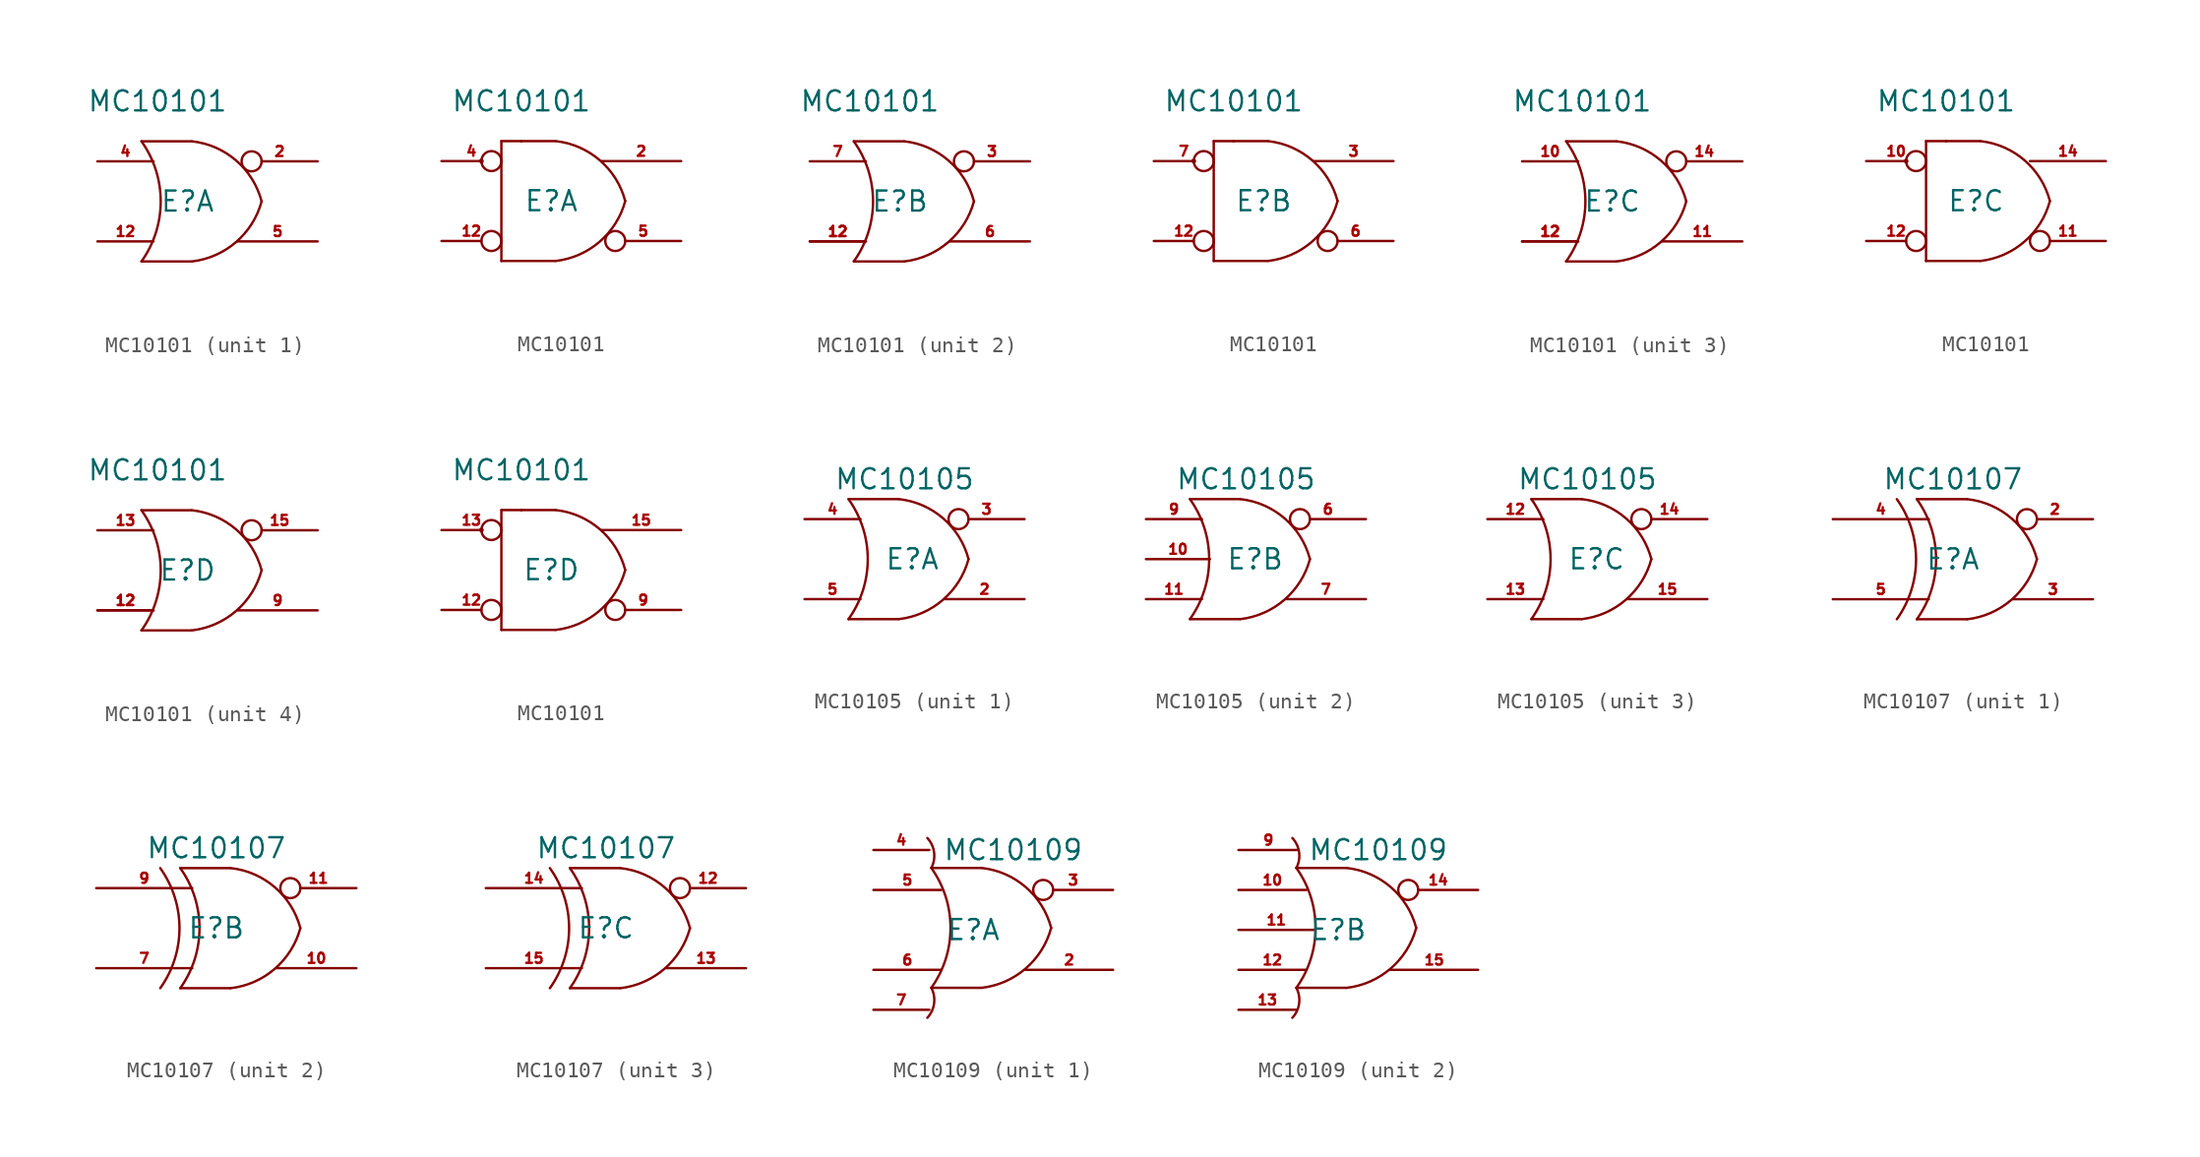
<source format=kicad_sym>
(kicad_symbol_lib
  (version 20211014)
  (generator kicad_symbol_editor)
  (symbol "MC10101"
    (pin_names
      (offset 0) hide)
    (property "Reference" "E"
      (at -4.445 0 0)
      (effects (font (size 1.27 1.27))))
    (property "Value" "MC10101"
      (at -6.35 6.35 0)
      (effects (font (size 1.27 1.27))))
    (symbol "MC10101_0_0"
      (pin power_in line (at -6.35 6.35 270) (length 2.54) hide (name "VCC1" (effects (font (size 0.635 0.635)))) (number "1" (effects (font (size 0.635 0.635)))))
      (pin power_in line (at -1.27 6.35 270) (length 3.556) hide (name "VCC2" (effects (font (size 0.635 0.635)))) (number "16" (effects (font (size 0.635 0.635)))))
      (pin passive line (at -5.08 -6.35 90) (length 2.54) hide (name "VEE" (effects (font (size 0.635 0.635)))) (number "8" (effects (font (size 0.635 0.635))))))
    (symbol "MC10101_0_1"
      (arc (start -7.3662 -3.81) (mid -6.1452 0) (end -7.3662 3.81) (stroke (width 0) (type default) (color 0 0 0 0)) (fill (type none)))
      (arc (start -4.1658 -3.81) (mid -1.3707 -2.584) (end 0.2538 0) (stroke (width 0) (type default) (color 0 0 0 0)) (fill (type none)))
      (polyline (pts (xy -7.366 -3.81) (xy -4.191 -3.81)) (stroke (width 0) (type default) (color 0 0 0 0)) (fill (type none)))
      (polyline (pts (xy -7.366 3.81) (xy -4.191 3.81)) (stroke (width 0) (type default) (color 0 0 0 0)) (fill (type none)))
      (arc (start 0.2538 0) (mid -1.3634 2.5925) (end -4.1658 3.81) (stroke (width 0) (type default) (color 0 0 0 0)) (fill (type none)))
      (pin input line (at -10.16 -2.54 0) (length 3.556) (name "COMin" (effects (font (size 0.635 0.635)))) (number "12" (effects (font (size 0.635 0.635))))))
    (symbol "MC10101_0_2"
      (arc (start -4.1658 -3.81) (mid -1.3707 -2.584) (end 0.2538 0) (stroke (width 0) (type default) (color 0 0 0 0)) (fill (type none)))
      (polyline (pts (xy -7.62 -3.81) (xy -4.191 -3.81)) (stroke (width 0) (type default) (color 0 0 0 0)) (fill (type none)))
      (polyline (pts (xy -7.62 3.81) (xy -7.62 -3.81)) (stroke (width 0) (type default) (color 0 0 0 0)) (fill (type none)))
      (polyline (pts (xy -7.62 3.81) (xy -4.191 3.81)) (stroke (width 0) (type default) (color 0 0 0 0)) (fill (type none)))
      (polyline (pts (xy -6.35 3.81) (xy -6.35 3.81)) (stroke (width 0) (type default) (color 0 0 0 0)) (fill (type none)))
      (polyline (pts (xy -6.35 3.81) (xy -6.35 3.81)) (stroke (width 0) (type default) (color 0 0 0 0)) (fill (type none)))
      (arc (start 0.2538 0) (mid -1.3634 2.5925) (end -4.1658 3.81) (stroke (width 0) (type default) (color 0 0 0 0)) (fill (type none)))
      (pin input inverted (at -11.43 -2.54 0) (length 3.81) (name "COMin" (effects (font (size 0.635 0.635)))) (number "12" (effects (font (size 0.635 0.635))))))
    (symbol "MC10101_1_1"
      (pin output inverted (at 3.81 2.54 180) (length 4.826) (name "~Aout" (effects (font (size 0.635 0.635)))) (number "2" (effects (font (size 0.635 0.635)))))
      (pin input line (at -10.16 2.54 0) (length 3.556) (name "Ain" (effects (font (size 0.635 0.635)))) (number "4" (effects (font (size 0.635 0.635)))))
      (pin output line (at 3.81 -2.54 180) (length 5.08) (name "Aout" (effects (font (size 0.635 0.635)))) (number "5" (effects (font (size 0.635 0.635))))))
    (symbol "MC10101_1_2"
      (circle (center -8.89 2.54) (radius 0.0001) (stroke (width 0) (type default) (color 0 0 0 0)) (fill (type none)))
      (pin output line (at 3.81 2.54 180) (length 5.08) (name "~Aout" (effects (font (size 0.635 0.635)))) (number "2" (effects (font (size 0.635 0.635)))))
      (pin input inverted (at -11.43 2.54 0) (length 3.81) (name "Ain" (effects (font (size 0.635 0.635)))) (number "4" (effects (font (size 0.635 0.635)))))
      (pin output inverted (at 3.81 -2.54 180) (length 4.826) (name "Aout" (effects (font (size 0.635 0.635)))) (number "5" (effects (font (size 0.635 0.635))))))
    (symbol "MC10101_2_1"
      (pin input line (at -10.16 -2.54 0) (length 3.556) (name "COMin" (effects (font (size 0.635 0.635)))) (number "12" (effects (font (size 0.635 0.635)))))
      (pin output inverted (at 3.81 2.54 180) (length 4.826) (name "~Bout" (effects (font (size 0.635 0.635)))) (number "3" (effects (font (size 0.635 0.635)))))
      (pin output line (at 3.81 -2.54 180) (length 5.08) (name "Bout" (effects (font (size 0.635 0.635)))) (number "6" (effects (font (size 0.635 0.635)))))
      (pin input line (at -10.16 2.54 0) (length 3.556) (name "Bin" (effects (font (size 0.635 0.635)))) (number "7" (effects (font (size 0.635 0.635))))))
    (symbol "MC10101_2_2"
      (circle (center -8.89 2.54) (radius 0.0001) (stroke (width 0) (type default) (color 0 0 0 0)) (fill (type none)))
      (pin output line (at 3.81 2.54 180) (length 5.08) (name "~Bout" (effects (font (size 0.635 0.635)))) (number "3" (effects (font (size 0.635 0.635)))))
      (pin output inverted (at 3.81 -2.54 180) (length 4.826) (name "Bout" (effects (font (size 0.635 0.635)))) (number "6" (effects (font (size 0.635 0.635)))))
      (pin input inverted (at -11.43 2.54 0) (length 3.81) (name "Bin" (effects (font (size 0.635 0.635)))) (number "7" (effects (font (size 0.635 0.635))))))
    (symbol "MC10101_3_1"
      (pin input line (at -10.16 2.54 0) (length 3.556) (name "Cin" (effects (font (size 0.635 0.635)))) (number "10" (effects (font (size 0.635 0.635)))))
      (pin output line (at 3.81 -2.54 180) (length 5.08) (name "Cout" (effects (font (size 0.635 0.635)))) (number "11" (effects (font (size 0.635 0.635)))))
      (pin input line (at -10.16 -2.54 0) (length 3.556) (name "COMin" (effects (font (size 0.635 0.635)))) (number "12" (effects (font (size 0.635 0.635)))))
      (pin output inverted (at 3.81 2.54 180) (length 4.826) (name "~Cout" (effects (font (size 0.635 0.635)))) (number "14" (effects (font (size 0.635 0.635))))))
    (symbol "MC10101_3_2"
      (circle (center -8.89 2.54) (radius 0.0001) (stroke (width 0) (type default) (color 0 0 0 0)) (fill (type none)))
      (pin input inverted (at -11.43 2.54 0) (length 3.81) (name "Cin" (effects (font (size 0.635 0.635)))) (number "10" (effects (font (size 0.635 0.635)))))
      (pin output inverted (at 3.81 -2.54 180) (length 4.826) (name "Cout" (effects (font (size 0.635 0.635)))) (number "11" (effects (font (size 0.635 0.635)))))
      (pin output line (at 3.81 2.54 180) (length 4.826) (name "~Cout" (effects (font (size 0.635 0.635)))) (number "14" (effects (font (size 0.635 0.635))))))
    (symbol "MC10101_4_1"
      (pin input line (at -10.16 -2.54 0) (length 3.556) (name "COMin" (effects (font (size 0.635 0.635)))) (number "12" (effects (font (size 0.635 0.635)))))
      (pin input line (at -10.16 2.54 0) (length 3.556) (name "Din" (effects (font (size 0.635 0.635)))) (number "13" (effects (font (size 0.635 0.635)))))
      (pin output inverted (at 3.81 2.54 180) (length 4.826) (name "~Dout" (effects (font (size 0.635 0.635)))) (number "15" (effects (font (size 0.635 0.635)))))
      (pin output line (at 3.81 -2.54 180) (length 5.08) (name "Dout" (effects (font (size 0.635 0.635)))) (number "9" (effects (font (size 0.635 0.635))))))
    (symbol "MC10101_4_2"
      (circle (center -8.89 2.54) (radius 0.0001) (stroke (width 0) (type default) (color 0 0 0 0)) (fill (type none)))
      (pin input inverted (at -11.43 2.54 0) (length 3.81) (name "Din" (effects (font (size 0.635 0.635)))) (number "13" (effects (font (size 0.635 0.635)))))
      (pin output line (at 3.81 2.54 180) (length 5.08) (name "~Dout" (effects (font (size 0.635 0.635)))) (number "15" (effects (font (size 0.635 0.635)))))
      (pin output inverted (at 3.81 -2.54 180) (length 4.826) (name "Dout" (effects (font (size 0.635 0.635)))) (number "9" (effects (font (size 0.635 0.635)))))))
  (symbol "MC10105"
    (pin_names hide)
    (property "Reference" "E"
      (at -1.27 -5.08 0)
      (effects (font (size 1.27 1.27)) (justify left)))
    (property "Value" "MC10105"
      (at 0 0 0)
      (effects (font (size 1.27 1.27))))
    (symbol "MC10105_0_0"
      (pin power_in line (at -2.54 1.27 270) (length 2.54) hide (name "VCC1" (effects (font (size 0.635 0.635)))) (number "1" (effects (font (size 0.635 0.635)))))
      (pin power_in line (at 2.54 1.27 270) (length 3.556) hide (name "VCC2" (effects (font (size 0.635 0.635)))) (number "16" (effects (font (size 0.635 0.635)))))
      (pin passive line (at -1.27 -11.43 90) (length 2.54) hide (name "VEE" (effects (font (size 0.635 0.635)))) (number "8" (effects (font (size 0.635 0.635))))))
    (symbol "MC10105_0_1"
      (arc (start -3.5562 -8.89) (mid -2.3352 -5.08) (end -3.5562 -1.27) (stroke (width 0) (type default) (color 0 0 0 0)) (fill (type none)))
      (arc (start -0.3558 -8.89) (mid 2.4393 -7.664) (end 4.0638 -5.08) (stroke (width 0) (type default) (color 0 0 0 0)) (fill (type none)))
      (polyline (pts (xy -3.556 -8.89) (xy -0.381 -8.89)) (stroke (width 0) (type default) (color 0 0 0 0)) (fill (type none)))
      (polyline (pts (xy -3.556 -1.27) (xy -0.381 -1.27)) (stroke (width 0) (type default) (color 0 0 0 0)) (fill (type none)))
      (arc (start 4.0638 -5.08) (mid 2.4466 -2.4875) (end -0.3558 -1.27) (stroke (width 0) (type default) (color 0 0 0 0)) (fill (type none))))
    (symbol "MC10105_1_1"
      (pin output line (at 7.62 -7.62 180) (length 5.08) (name "Aout" (effects (font (size 0.635 0.635)))) (number "2" (effects (font (size 0.635 0.635)))))
      (pin output inverted (at 7.62 -2.54 180) (length 4.826) (name "~Aout" (effects (font (size 0.635 0.635)))) (number "3" (effects (font (size 0.635 0.635)))))
      (pin input line (at -6.35 -2.54 0) (length 3.556) (name "Ain1" (effects (font (size 0.635 0.635)))) (number "4" (effects (font (size 0.635 0.635)))))
      (pin input line (at -6.35 -7.62 0) (length 3.556) (name "Ain2" (effects (font (size 0.635 0.635)))) (number "5" (effects (font (size 0.635 0.635))))))
    (symbol "MC10105_2_1"
      (pin input line (at -6.35 -5.08 0) (length 4.064) (name "Bin2" (effects (font (size 0.635 0.635)))) (number "10" (effects (font (size 0.635 0.635)))))
      (pin input line (at -6.35 -7.62 0) (length 3.556) (name "Bin3" (effects (font (size 0.635 0.635)))) (number "11" (effects (font (size 0.635 0.635)))))
      (pin output inverted (at 7.62 -2.54 180) (length 4.826) (name "~Bout" (effects (font (size 0.635 0.635)))) (number "6" (effects (font (size 0.635 0.635)))))
      (pin output line (at 7.62 -7.62 180) (length 5.08) (name "Bout" (effects (font (size 0.635 0.635)))) (number "7" (effects (font (size 0.635 0.635)))))
      (pin input line (at -6.35 -2.54 0) (length 3.556) (name "Bin1" (effects (font (size 0.635 0.635)))) (number "9" (effects (font (size 0.635 0.635))))))
    (symbol "MC10105_3_1"
      (pin input line (at -6.35 -2.54 0) (length 3.556) (name "Cin1" (effects (font (size 0.635 0.635)))) (number "12" (effects (font (size 0.635 0.635)))))
      (pin input line (at -6.35 -7.62 0) (length 3.556) (name "Cin2" (effects (font (size 0.635 0.635)))) (number "13" (effects (font (size 0.635 0.635)))))
      (pin output inverted (at 7.62 -2.54 180) (length 4.826) (name "~Cout" (effects (font (size 0.635 0.635)))) (number "14" (effects (font (size 0.635 0.635)))))
      (pin output line (at 7.62 -7.62 180) (length 5.08) (name "Cout" (effects (font (size 0.635 0.635)))) (number "15" (effects (font (size 0.635 0.635)))))))
  (symbol "MC10107"
    (pin_names hide)
    (property "Reference" "E"
      (at 0 -5.08 0)
      (effects (font (size 1.27 1.27))))
    (property "Value" "MC10107"
      (at 0 0 0)
      (effects (font (size 1.27 1.27))))
    (property "ki_locked" ""
      (at 0 0 0)
      (effects (font (size 1.27 1.27))))
    (symbol "MC10107_0_0"
      (pin power_in line (at -1.27 1.27 270) (length 2.54) hide (name "VCC1" (effects (font (size 0.635 0.635)))) (number "1" (effects (font (size 0.635 0.635)))))
      (pin power_in line (at 3.81 1.27 270) (length 3.556) hide (name "VCC2" (effects (font (size 0.635 0.635)))) (number "16" (effects (font (size 0.635 0.635)))))
      (pin passive line (at 0 -11.43 90) (length 2.54) hide (name "VEE" (effects (font (size 0.635 0.635)))) (number "8" (effects (font (size 0.635 0.635))))))
    (symbol "MC10107_0_1"
      (arc (start -3.5562 -8.89) (mid -2.3352 -5.08) (end -3.5562 -1.27) (stroke (width 0) (type default) (color 0 0 0 0)) (fill (type none)))
      (arc (start -2.2862 -8.89) (mid -1.0652 -5.08) (end -2.2862 -1.27) (stroke (width 0) (type default) (color 0 0 0 0)) (fill (type none)))
      (polyline (pts (xy -2.286 -8.89) (xy 0.889 -8.89)) (stroke (width 0) (type default) (color 0 0 0 0)) (fill (type none)))
      (polyline (pts (xy -2.286 -1.27) (xy 0.889 -1.27)) (stroke (width 0) (type default) (color 0 0 0 0)) (fill (type none)))
      (arc (start 0.9142 -8.89) (mid 3.7093 -7.664) (end 5.3338 -5.08) (stroke (width 0) (type default) (color 0 0 0 0)) (fill (type none)))
      (arc (start 5.3338 -5.08) (mid 3.7166 -2.4875) (end 0.9142 -1.27) (stroke (width 0) (type default) (color 0 0 0 0)) (fill (type none))))
    (symbol "MC10107_1_1"
      (pin output inverted (at 8.89 -2.54 180) (length 4.826) (name "~Aout" (effects (font (size 0.635 0.635)))) (number "2" (effects (font (size 0.635 0.635)))))
      (pin output line (at 8.89 -7.62 180) (length 5.08) (name "Aout" (effects (font (size 0.635 0.635)))) (number "3" (effects (font (size 0.635 0.635)))))
      (pin input line (at -7.62 -2.54 0) (length 6.096) (name "Ain1" (effects (font (size 0.635 0.635)))) (number "4" (effects (font (size 0.635 0.635)))))
      (pin input line (at -7.62 -7.62 0) (length 6.096) (name "Ain2" (effects (font (size 0.635 0.635)))) (number "5" (effects (font (size 0.635 0.635))))))
    (symbol "MC10107_2_1"
      (pin output line (at 8.89 -7.62 180) (length 5.08) (name "Bout" (effects (font (size 0.635 0.635)))) (number "10" (effects (font (size 0.635 0.635)))))
      (pin output inverted (at 8.89 -2.54 180) (length 4.826) (name "~Bout" (effects (font (size 0.635 0.635)))) (number "11" (effects (font (size 0.635 0.635)))))
      (pin input line (at -7.62 -7.62 0) (length 6.096) (name "Bin2" (effects (font (size 0.635 0.635)))) (number "7" (effects (font (size 0.635 0.635)))))
      (pin input line (at -7.62 -2.54 0) (length 6.096) (name "Bin1" (effects (font (size 0.635 0.635)))) (number "9" (effects (font (size 0.635 0.635))))))
    (symbol "MC10107_3_1"
      (pin output inverted (at 8.89 -2.54 180) (length 4.826) (name "~Cout" (effects (font (size 0.635 0.635)))) (number "12" (effects (font (size 0.635 0.635)))))
      (pin output line (at 8.89 -7.62 180) (length 5.08) (name "Cout" (effects (font (size 0.635 0.635)))) (number "13" (effects (font (size 0.635 0.635)))))
      (pin input line (at -7.62 -2.54 0) (length 6.096) (name "Cin1" (effects (font (size 0.635 0.635)))) (number "14" (effects (font (size 0.635 0.635)))))
      (pin input line (at -7.62 -7.62 0) (length 6.096) (name "Cin2" (effects (font (size 0.635 0.635)))) (number "15" (effects (font (size 0.635 0.635)))))))
  (symbol "MC10109"
    (pin_names hide)
    (property "Reference" "E"
      (at 2.54 3.81 0)
      (effects (font (size 1.27 1.27))))
    (property "Value" "MC10109"
      (at 5.08 8.89 0)
      (effects (font (size 1.27 1.27))))
    (property "ki_locked" ""
      (at 0 0 0)
      (effects (font (size 1.27 1.27))))
    (symbol "MC10109_0_0"
      (pin power_in line (at 0.889 10.287 270) (length 2.54) hide (name "VCC1" (effects (font (size 0.635 0.635)))) (number "1" (effects (font (size 0.635 0.635)))))
      (pin power_in line (at 5.969 10.287 270) (length 3.556) hide (name "VCC2" (effects (font (size 0.635 0.635)))) (number "16" (effects (font (size 0.635 0.635)))))
      (pin passive line (at 2.159 -2.413 90) (length 2.54) hide (name "VEE" (effects (font (size 0.635 0.635)))) (number "8" (effects (font (size 0.635 0.635))))))
    (symbol "MC10109_0_1"
      (arc (start -0.381 -1.778) (mid 0.0502 -0.866) (end -0.1272 0.127) (stroke (width 0) (type default) (color 0 0 0 0)) (fill (type none)))
      (arc (start -0.1272 0.127) (mid 1.0938 3.937) (end -0.1272 7.747) (stroke (width 0) (type default) (color 0 0 0 0)) (fill (type none)))
      (arc (start -0.1272 7.747) (mid 0.0496 8.74) (end -0.381 9.652) (stroke (width 0) (type default) (color 0 0 0 0)) (fill (type none)))
      (polyline (pts (xy -0.127 0.127) (xy 3.048 0.127)) (stroke (width 0) (type default) (color 0 0 0 0)) (fill (type none)))
      (polyline (pts (xy -0.127 7.747) (xy 3.048 7.747)) (stroke (width 0) (type default) (color 0 0 0 0)) (fill (type none)))
      (arc (start 3.0732 0.127) (mid 5.8683 1.353) (end 7.4928 3.937) (stroke (width 0) (type default) (color 0 0 0 0)) (fill (type none)))
      (arc (start 7.4928 3.937) (mid 5.8756 6.5295) (end 3.0732 7.747) (stroke (width 0) (type default) (color 0 0 0 0)) (fill (type none))))
    (symbol "MC10109_1_1"
      (pin output line (at 11.43 1.27 180) (length 5.588) (name "Aout" (effects (font (size 0.635 0.635)))) (number "2" (effects (font (size 0.635 0.635)))))
      (pin output inverted (at 11.43 6.35 180) (length 5.08) (name "~Aout" (effects (font (size 0.635 0.635)))) (number "3" (effects (font (size 0.635 0.635)))))
      (pin input line (at -3.81 8.89 0) (length 3.556) (name "Bin1" (effects (font (size 0.635 0.635)))) (number "4" (effects (font (size 0.635 0.635)))))
      (pin input line (at -3.81 6.35 0) (length 4.318) (name "Bin2" (effects (font (size 0.635 0.635)))) (number "5" (effects (font (size 0.635 0.635)))))
      (pin input line (at -3.81 1.27 0) (length 4.318) (name "Bin3" (effects (font (size 0.635 0.635)))) (number "6" (effects (font (size 0.635 0.635)))))
      (pin input line (at -3.81 -1.27 0) (length 3.556) (name "Bin4" (effects (font (size 0.635 0.635)))) (number "7" (effects (font (size 0.635 0.635))))))
    (symbol "MC10109_2_1"
      (pin input line (at -3.81 6.35 0) (length 4.318) (name "Bin2" (effects (font (size 0.635 0.635)))) (number "10" (effects (font (size 0.635 0.635)))))
      (pin input line (at -3.81 3.81 0) (length 4.826) (name "Bin3" (effects (font (size 0.635 0.635)))) (number "11" (effects (font (size 0.635 0.635)))))
      (pin input line (at -3.81 1.27 0) (length 4.318) (name "Bin4" (effects (font (size 0.635 0.635)))) (number "12" (effects (font (size 0.635 0.635)))))
      (pin input line (at -3.81 -1.27 0) (length 3.683) (name "Bin5" (effects (font (size 0.635 0.635)))) (number "13" (effects (font (size 0.635 0.635)))))
      (pin output inverted (at 11.43 6.35 180) (length 5.08) (name "~Bout" (effects (font (size 0.635 0.635)))) (number "14" (effects (font (size 0.635 0.635)))))
      (pin output line (at 11.43 1.27 180) (length 5.588) (name "Bout" (effects (font (size 0.635 0.635)))) (number "15" (effects (font (size 0.635 0.635)))))
      (pin input line (at -3.81 8.89 0) (length 3.81) (name "Bin1" (effects (font (size 0.635 0.635)))) (number "9" (effects (font (size 0.635 0.635))))))))
</source>
